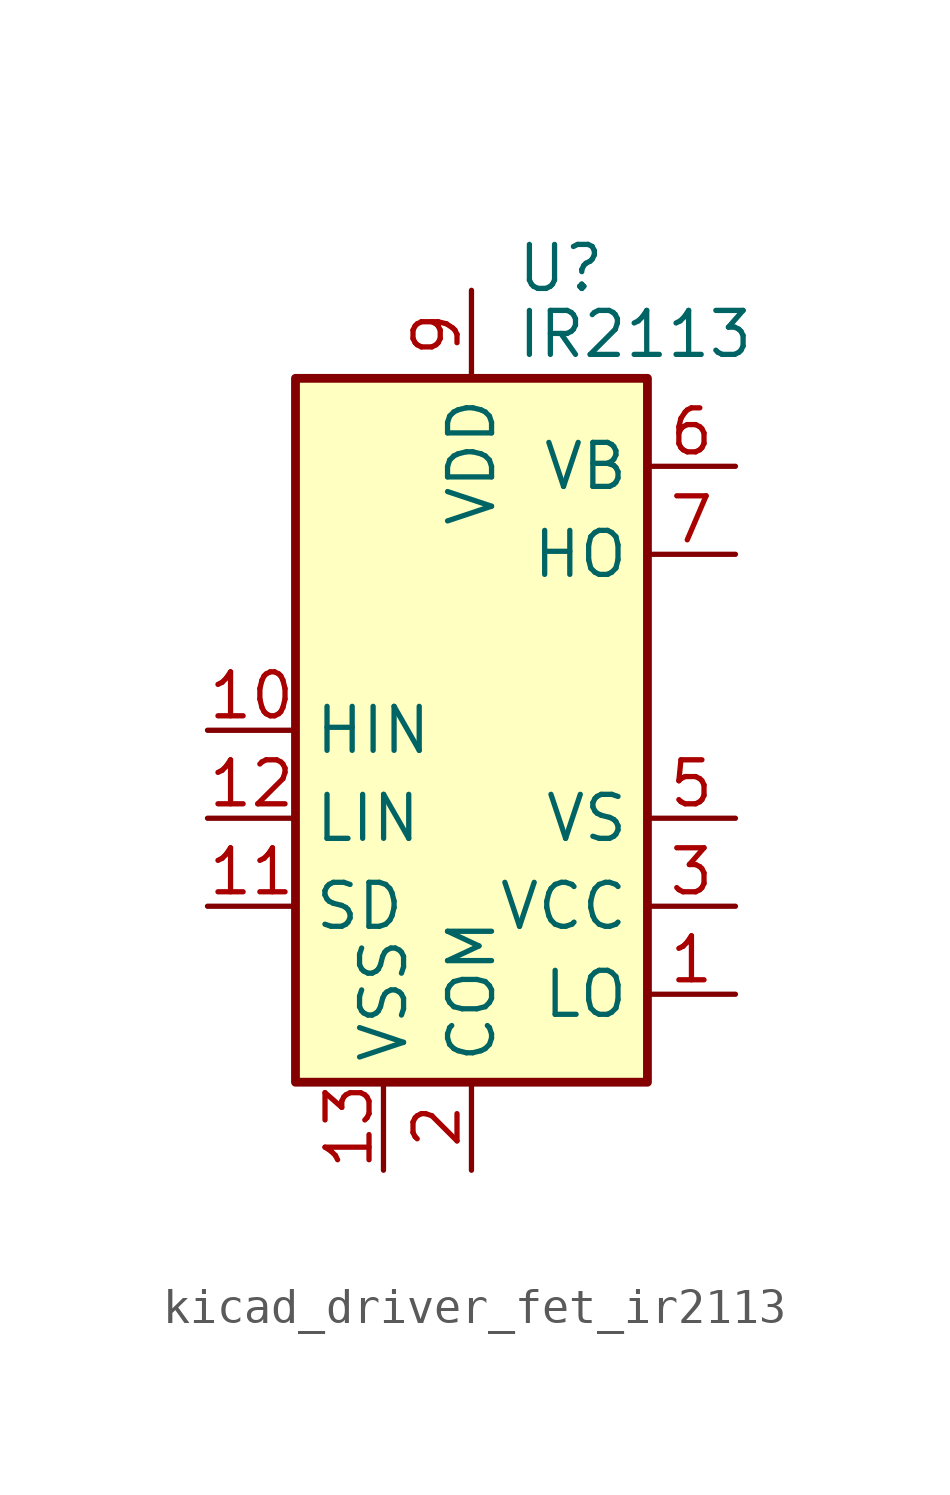
<source format=kicad_sym>
(kicad_symbol_lib
  (version 20220914)
  (generator kicad_symbol_editor)
  (symbol "kicad_driver_fet_ir2113"
    (property "Reference" "U"
      (at 1.27 13.335 0)
      (effects (font (size 1.27 1.27)) (justify left)))
    (property "Value" "IR2113"
      (at 1.27 11.43 0)
      (effects (font (size 1.27 1.27)) (justify left)))
    (symbol "kicad_driver_fet_ir2113_0_1"
      (rectangle (start -5.08 -10.16) (end 5.08 10.16) (stroke (width 0.254) (type default)) (fill (type background))))
    (symbol "kicad_driver_fet_ir2113_1_1"
      (pin output line (at 7.62 -7.62 180) (length 2.54) (name "LO" (effects (font (size 1.27 1.27)))) (number "1" (effects (font (size 1.27 1.27)))))
      (pin input line (at -7.62 0 0) (length 2.54) (name "HIN" (effects (font (size 1.27 1.27)))) (number "10" (effects (font (size 1.27 1.27)))))
      (pin input line (at -7.62 -5.08 0) (length 2.54) (name "SD" (effects (font (size 1.27 1.27)))) (number "11" (effects (font (size 1.27 1.27)))))
      (pin input line (at -7.62 -2.54 0) (length 2.54) (name "LIN" (effects (font (size 1.27 1.27)))) (number "12" (effects (font (size 1.27 1.27)))))
      (pin power_in line (at -2.54 -12.7 90) (length 2.54) (name "VSS" (effects (font (size 1.27 1.27)))) (number "13" (effects (font (size 1.27 1.27)))))
      (pin no_connect line (at -5.08 2.54 0) (length 2.54) hide (name "NC" (effects (font (size 1.27 1.27)))) (number "14" (effects (font (size 1.27 1.27)))))
      (pin power_in line (at 0 -12.7 90) (length 2.54) (name "COM" (effects (font (size 1.27 1.27)))) (number "2" (effects (font (size 1.27 1.27)))))
      (pin power_in line (at 7.62 -5.08 180) (length 2.54) (name "VCC" (effects (font (size 1.27 1.27)))) (number "3" (effects (font (size 1.27 1.27)))))
      (pin no_connect line (at -5.08 7.62 0) (length 2.54) hide (name "NC" (effects (font (size 1.27 1.27)))) (number "4" (effects (font (size 1.27 1.27)))))
      (pin passive line (at 7.62 -2.54 180) (length 2.54) (name "VS" (effects (font (size 1.27 1.27)))) (number "5" (effects (font (size 1.27 1.27)))))
      (pin passive line (at 7.62 7.62 180) (length 2.54) (name "VB" (effects (font (size 1.27 1.27)))) (number "6" (effects (font (size 1.27 1.27)))))
      (pin output line (at 7.62 5.08 180) (length 2.54) (name "HO" (effects (font (size 1.27 1.27)))) (number "7" (effects (font (size 1.27 1.27)))))
      (pin no_connect line (at -5.08 5.08 0) (length 2.54) hide (name "NC" (effects (font (size 1.27 1.27)))) (number "8" (effects (font (size 1.27 1.27)))))
      (pin power_in line (at 0 12.7 270) (length 2.54) (name "VDD" (effects (font (size 1.27 1.27)))) (number "9" (effects (font (size 1.27 1.27))))))))
</source>
